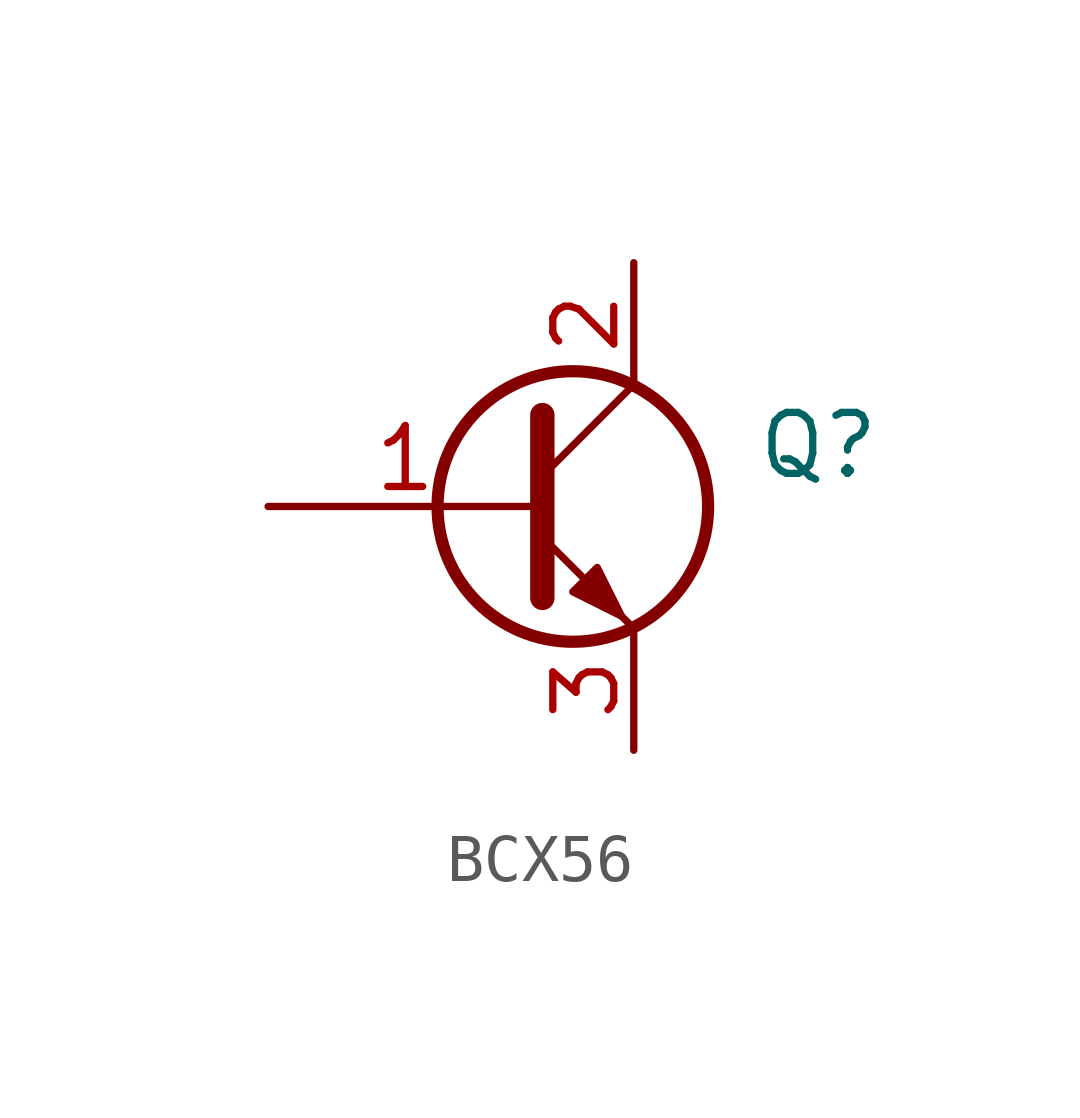
<source format=kicad_sym>
(kicad_symbol_lib
  (version 20211014)
  (generator kicad_symbol_editor)
  (symbol "BCX56"
    (pin_names
      (offset 0) hide)
    (property "Reference" "Q"
      (at 5.08 1.27 0)
      (effects (font (size 1.27 1.27)) (justify left)))
    (symbol "BCX56_0_1"
      (polyline (pts (xy 0.635 0.635) (xy 2.54 2.54)) (stroke (width 0) (type default) (color 0 0 0 0)) (fill (type none)))
      (polyline (pts (xy 0.635 -0.635) (xy 2.54 -2.54) (xy 2.54 -2.54)) (stroke (width 0) (type default) (color 0 0 0 0)) (fill (type none)))
      (polyline (pts (xy 0.635 1.905) (xy 0.635 -1.905) (xy 0.635 -1.905)) (stroke (width 0.508) (type default) (color 0 0 0 0)) (fill (type none)))
      (polyline (pts (xy 1.27 -1.778) (xy 1.778 -1.27) (xy 2.286 -2.286) (xy 1.27 -1.778) (xy 1.27 -1.778)) (stroke (width 0) (type default) (color 0 0 0 0)) (fill (type outline)))
      (circle (center 1.27 0) (radius 2.819) (stroke (width 0.254) (type default) (color 0 0 0 0)) (fill (type none))))
    (symbol "BCX56_1_1"
      (pin input line (at -5.08 0 0) (length 5.715) (name "B" (effects (font (size 1.27 1.27)))) (number "1" (effects (font (size 1.27 1.27)))))
      (pin passive line (at 2.54 5.08 270) (length 2.54) (name "C" (effects (font (size 1.27 1.27)))) (number "2" (effects (font (size 1.27 1.27)))))
      (pin passive line (at 2.54 -5.08 90) (length 2.54) (name "E" (effects (font (size 1.27 1.27)))) (number "3" (effects (font (size 1.27 1.27))))))))
</source>
